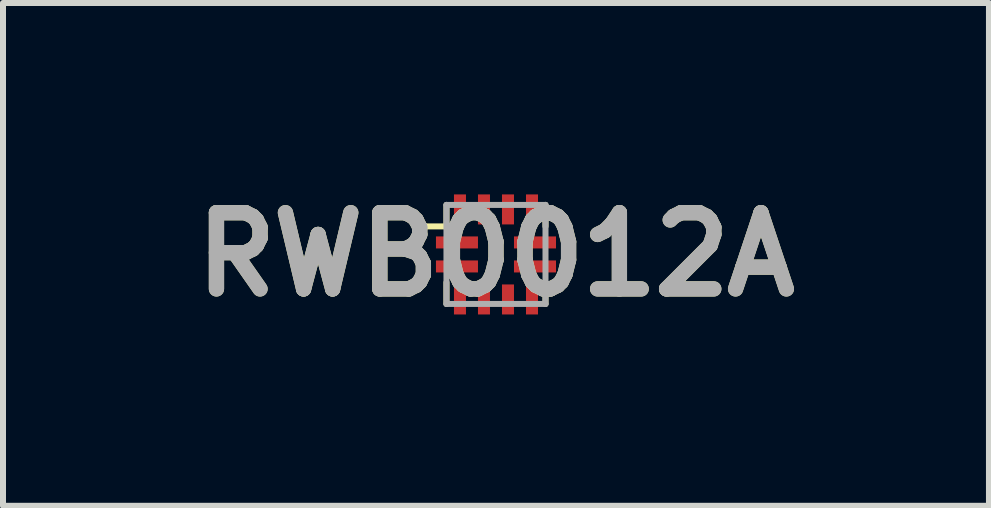
<source format=kicad_pcb>
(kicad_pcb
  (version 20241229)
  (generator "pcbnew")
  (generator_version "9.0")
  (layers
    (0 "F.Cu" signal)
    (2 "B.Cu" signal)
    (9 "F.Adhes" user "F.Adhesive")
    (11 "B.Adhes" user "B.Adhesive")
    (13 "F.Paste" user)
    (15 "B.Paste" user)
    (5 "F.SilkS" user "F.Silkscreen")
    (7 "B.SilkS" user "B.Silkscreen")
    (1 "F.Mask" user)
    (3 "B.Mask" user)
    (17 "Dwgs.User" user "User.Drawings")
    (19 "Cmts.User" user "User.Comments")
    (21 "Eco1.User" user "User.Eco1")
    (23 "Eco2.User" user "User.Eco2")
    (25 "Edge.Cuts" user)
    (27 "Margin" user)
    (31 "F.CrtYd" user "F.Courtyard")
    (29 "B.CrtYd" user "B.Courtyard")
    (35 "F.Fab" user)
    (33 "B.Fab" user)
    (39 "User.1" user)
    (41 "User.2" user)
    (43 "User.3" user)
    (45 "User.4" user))
  (footprint "RWB0012A"
    (layer "F.Cu")
    (at 5.213 1.189)
    (property "Reference" "RWB0012A" (at 0 0 0) (layer "F.SilkS") (effects (font (size 1.27 1.27) (thickness 0.254))))
    (attr smd)
    (fp_line (start -0.825 -0.825) (end -0.825 -0.467) (stroke (width 0.1) (type solid)) (layer "F.SilkS"))
    (fp_line (start -0.825 -0.467) (end -1.183 -0.467) (stroke (width 0.1) (type solid)) (layer "F.SilkS"))
    (fp_line (start -0.825 0.825) (end -0.825 0.467) (stroke (width 0.1) (type solid)) (layer "F.SilkS"))
    (fp_line (start 0.825 -0.825) (end 0.825 -0.467) (stroke (width 0.1) (type solid)) (layer "F.SilkS"))
    (fp_line (start 0.825 0.825) (end 0.825 0.467) (stroke (width 0.1) (type solid)) (layer "F.SilkS"))
    (fp_line (start -0.825 -0.825) (end 0.825 -0.825) (stroke (width 0.1) (type solid)) (layer "F.Fab"))
    (fp_line (start -0.825 0.825) (end -0.825 -0.825) (stroke (width 0.1) (type solid)) (layer "F.Fab"))
    (fp_line (start 0.825 -0.825) (end 0.825 0.825) (stroke (width 0.1) (type solid)) (layer "F.Fab"))
    (fp_line (start 0.825 0.825) (end -0.825 0.825) (stroke (width 0.1) (type solid)) (layer "F.Fab"))
    (fp_text user "${REFERENCE}" (at 0 0 0) (layer "F.Fab") (effects (font (size 1.27 1.27) (thickness 0.254))))
    (pad "1" smd rect (at -0.65 -0.2 90) (size 0.2 0.7) (layers "F.Cu" "F.Mask" "F.Paste"))
    (pad "2" smd rect (at -0.65 0.2 90) (size 0.2 0.7) (layers "F.Cu" "F.Mask" "F.Paste"))
    (pad "3" smd rect (at -0.6 0.75) (size 0.2 0.5) (layers "F.Cu" "F.Mask" "F.Paste"))
    (pad "4" smd rect (at -0.2 0.75) (size 0.2 0.5) (layers "F.Cu" "F.Mask" "F.Paste"))
    (pad "5" smd rect (at 0.2 0.75) (size 0.2 0.5) (layers "F.Cu" "F.Mask" "F.Paste"))
    (pad "6" smd rect (at 0.6 0.75) (size 0.2 0.5) (layers "F.Cu" "F.Mask" "F.Paste"))
    (pad "7" smd rect (at 0.65 0.2 90) (size 0.2 0.7) (layers "F.Cu" "F.Mask" "F.Paste"))
    (pad "8" smd rect (at 0.65 -0.2 90) (size 0.2 0.7) (layers "F.Cu" "F.Mask" "F.Paste"))
    (pad "9" smd rect (at 0.6 -0.75) (size 0.2 0.5) (layers "F.Cu" "F.Mask" "F.Paste"))
    (pad "10" smd rect (at 0.2 -0.75) (size 0.2 0.5) (layers "F.Cu" "F.Mask" "F.Paste"))
    (pad "11" smd rect (at -0.2 -0.75) (size 0.2 0.5) (layers "F.Cu" "F.Mask" "F.Paste"))
    (pad "12" smd rect (at -0.6 -0.75) (size 0.2 0.5) (layers "F.Cu" "F.Mask" "F.Paste")))
  (gr_rect
    (start -3 -3)
    (end 13.426 5.377)
    (stroke (width 0.1) (type default))
    (fill no)
    (layer "Edge.Cuts")))
</source>
